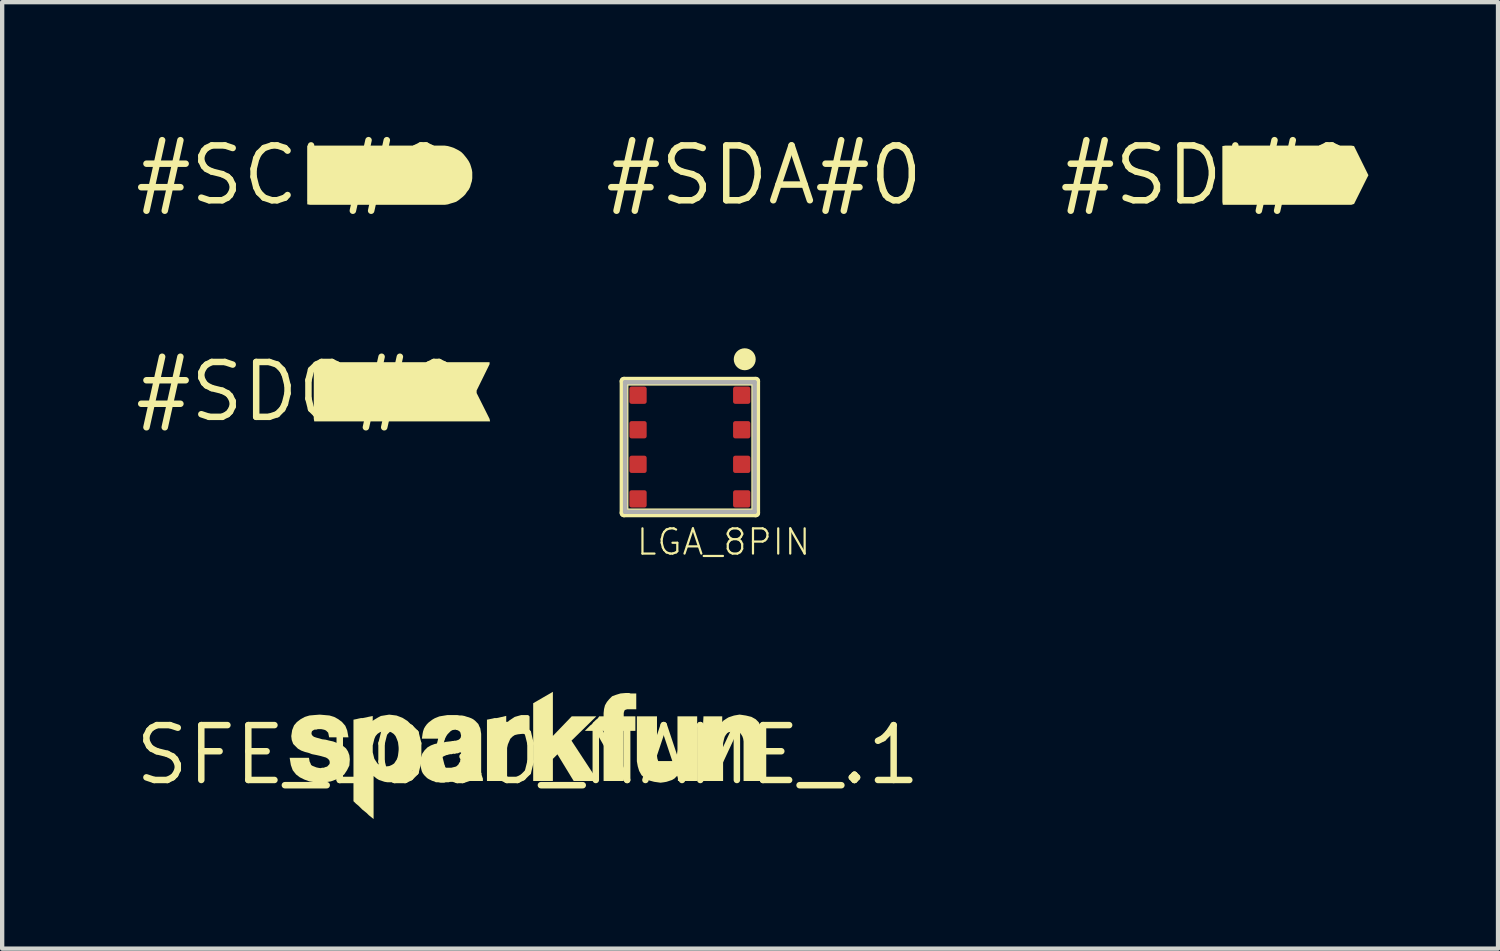
<source format=kicad_pcb>
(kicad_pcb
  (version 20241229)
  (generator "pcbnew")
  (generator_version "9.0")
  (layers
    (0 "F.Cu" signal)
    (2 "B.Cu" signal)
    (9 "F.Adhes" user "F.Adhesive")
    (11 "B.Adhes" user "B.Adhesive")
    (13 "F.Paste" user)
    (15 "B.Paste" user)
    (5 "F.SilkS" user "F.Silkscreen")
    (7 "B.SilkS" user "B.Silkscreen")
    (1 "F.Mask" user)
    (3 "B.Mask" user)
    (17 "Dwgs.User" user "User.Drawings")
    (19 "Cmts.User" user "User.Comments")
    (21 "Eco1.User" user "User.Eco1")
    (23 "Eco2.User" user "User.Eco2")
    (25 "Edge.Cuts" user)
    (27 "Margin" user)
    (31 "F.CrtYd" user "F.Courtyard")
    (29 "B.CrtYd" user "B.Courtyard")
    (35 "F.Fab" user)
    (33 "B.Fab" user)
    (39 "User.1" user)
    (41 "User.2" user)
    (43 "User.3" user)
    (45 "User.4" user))
  (footprint "#SDI#0"
    (layer "F.Cu")
    (at 24.91 1.006)
    (property "Reference" "#SDI#0" (at 0 0 0) (layer "F.SilkS") (effects (font (size 1.27 1.27) (thickness 0.15))))
    (fp_poly (pts (xy 3.32 -0.685) (xy 3.383 -0.675) (xy 3.716 0.000017) (xy 3.684 0.062) (xy 3.384 0.664) (xy 3.321 0.685) (xy 0.346 0.685) (xy 0.335 0.62) (xy 0.335 -0.674) (xy 0.4 -0.685)) (stroke (width 0) (type default)) (fill yes) (layer "F.SilkS"))
    (fp_poly (pts (xy 2.093 -0.224) (xy 2.153 -0.184) (xy 2.194 -0.132) (xy 2.215 -0.071) (xy 2.225 0) (xy 2.215 0.071) (xy 2.194 0.133) (xy 2.143 0.184) (xy 2.093 0.224) (xy 2.072 0.245) (xy 1.866 0.245) (xy 1.855 0.19) (xy 1.855 -0.222) (xy 1.888 -0.255) (xy 2.031 -0.255)) (stroke (width 0) (type default)) (fill yes) (layer "F.SilkS")))
  (footprint "LGA_8PIN"
    (layer "F.Cu")
    (at 12.919 7.298)
    (property "Reference" "LGA_8PIN" (at -1.27 2.54 0) (layer "F.SilkS") (effects (font (size 0.584 0.584) (thickness 0.051)) (justify left bottom)))
    (fp_line (start -1.524 -1.524) (end 1.524 -1.524) (stroke (width 0.203) (type solid)) (layer "F.SilkS"))
    (fp_line (start -1.524 1.524) (end -1.524 -1.524) (stroke (width 0.203) (type solid)) (layer "F.SilkS"))
    (fp_line (start 1.524 -1.524) (end 1.524 1.524) (stroke (width 0.203) (type solid)) (layer "F.SilkS"))
    (fp_line (start 1.524 1.524) (end -1.524 1.524) (stroke (width 0.203) (type solid)) (layer "F.SilkS"))
    (fp_circle (center 1.27 -2.032) (end 1.397 -2.032) (stroke (width 0.254) (type solid)) (fill no) (layer "F.SilkS"))
    (fp_line (start -1.5 -1.5) (end -1.5 1.5) (stroke (width 0.1) (type solid)) (layer "F.Fab"))
    (fp_line (start -1.5 1.5) (end 1.5 1.5) (stroke (width 0.1) (type solid)) (layer "F.Fab"))
    (fp_line (start 1.5 -1.5) (end -1.5 -1.5) (stroke (width 0.1) (type solid)) (layer "F.Fab"))
    (fp_line (start 1.5 1.5) (end 1.5 -1.5) (stroke (width 0.1) (type solid)) (layer "F.Fab"))
    (pad "1" smd roundrect (at 1.2 -1.2) (size 0.4 0.4) (layers "F.Cu" "F.Mask" "F.Paste") (roundrect_rratio 0.127))
    (pad "2" smd roundrect (at 1.2 -0.4) (size 0.4 0.4) (layers "F.Cu" "F.Mask" "F.Paste") (roundrect_rratio 0.127))
    (pad "3" smd roundrect (at 1.2 0.4) (size 0.4 0.4) (layers "F.Cu" "F.Mask" "F.Paste") (roundrect_rratio 0.127))
    (pad "4" smd roundrect (at 1.2 1.2) (size 0.4 0.4) (layers "F.Cu" "F.Mask" "F.Paste") (roundrect_rratio 0.127))
    (pad "5" smd roundrect (at -1.2 1.2) (size 0.4 0.4) (layers "F.Cu" "F.Mask" "F.Paste") (roundrect_rratio 0.127))
    (pad "6" smd roundrect (at -1.2 0.4) (size 0.4 0.4) (layers "F.Cu" "F.Mask" "F.Paste") (roundrect_rratio 0.127))
    (pad "7" smd roundrect (at -1.2 -0.4) (size 0.4 0.4) (layers "F.Cu" "F.Mask" "F.Paste") (roundrect_rratio 0.127))
    (pad "8" smd roundrect (at -1.2 -1.2) (size 0.4 0.4) (layers "F.Cu" "F.Mask" "F.Paste") (roundrect_rratio 0.127)))
  (footprint "#SDA#0"
    (layer "F.Cu")
    (at 14.638 1.006)
    (property "Reference" "#SDA#0" (at 0 0 0) (layer "F.SilkS") (effects (font (size 1.27 1.27) (thickness 0.15))))
    (fp_poly (pts (xy 1.902 0.236) (xy 1.9 0.24) (xy 1.9 0.235) (xy 1.901 0.235)) (stroke (width 0) (type default)) (fill yes) (layer "F.SilkS")))
  (footprint "#SDO#0"
    (layer "F.Cu")
    (at 3.878 6.019)
    (property "Reference" "#SDO#0" (at 0 0 0) (layer "F.SilkS") (effects (font (size 1.27 1.27) (thickness 0.15))))
    (fp_poly (pts (xy 4.405 -0.685) (xy 4.405 -0.639) (xy 4.105 -0.029) (xy 4.105 0.029) (xy 4.405 0.628) (xy 4.416 0.685) (xy 0.346 0.685) (xy 0.335 0.62) (xy 0.335 -0.674) (xy 0.4 -0.685)) (stroke (width 0) (type default)) (fill yes) (layer "F.SilkS"))
    (fp_poly (pts (xy 2.093 -0.224) (xy 2.153 -0.184) (xy 2.194 -0.132) (xy 2.215 -0.071) (xy 2.225 0) (xy 2.215 0.071) (xy 2.194 0.133) (xy 2.144 0.184) (xy 2.093 0.234) (xy 2.071 0.245) (xy 1.855 0.245) (xy 1.855 -0.222) (xy 1.888 -0.255) (xy 2.031 -0.255)) (stroke (width 0) (type default)) (fill yes) (layer "F.SilkS"))
    (fp_poly (pts (xy 3.202 -0.255) (xy 3.263 -0.214) (xy 3.304 -0.163) (xy 3.335 -0.102) (xy 3.355 -0.041) (xy 3.345 0.041) (xy 3.325 0.102) (xy 3.294 0.163) (xy 3.243 0.204) (xy 3.182 0.235) (xy 3.11 0.245) (xy 3.049 0.245) (xy 2.987 0.214) (xy 2.927 0.174) (xy 2.875 0.122) (xy 2.865 0.04) (xy 2.865 -0.03) (xy 2.875 -0.102) (xy 2.906 -0.163) (xy 2.947 -0.214) (xy 3.008 -0.255) (xy 3.069 -0.275) (xy 3.141 -0.275)) (stroke (width 0) (type default)) (fill yes) (layer "F.SilkS")))
  (footprint "SFE_LOGO_NAME_.1"
    (layer "F.Cu")
    (at 9.169 14.425)
    (property "Reference" "SFE_LOGO_NAME_.1" (at 0 0 0) (layer "F.SilkS") (effects (font (size 1.27 1.27) (thickness 0.15))))
    (fp_poly (pts (xy -2.528 -0.172) (xy -2.541 0.009) (xy -2.562 0.155) (xy -2.629 0.316) (xy -3.034 0.126) (xy -3.007 0.018) (xy -2.997 -0.059) (xy -2.983 -0.184)) (stroke (width 0) (type default)) (fill yes) (layer "F.SilkS"))
    (fp_poly (pts (xy 0.579 -0.44) (xy 1.015 -0.893) (xy 1.584 -0.893) (xy 1.01 -0.33) (xy 1.622 0.603) (xy 1.06 0.603) (xy 0.684 -0.014) (xy 0.579 0.091) (xy 0.579 0.603) (xy 0.123 0.603) (xy 0.123 -1.197) (xy 0.579 -1.461)) (stroke (width 0) (type default)) (fill yes) (layer "F.SilkS"))
    (fp_poly (pts (xy -1.636 -0.054) (xy -1.69 -0.027) (xy -1.733 -0.027) (xy -1.763 -0.017) (xy -1.803 -0.017) (xy -1.833 -0.007) (xy -1.85 -0.007) (xy -1.87 0.003) (xy -1.925 0.003) (xy -2.03 -0.273) (xy -1.895 -0.303) (xy -1.803 -0.313) (xy -1.688 -0.327)) (stroke (width 0) (type default)) (fill yes) (layer "F.SilkS"))
    (fp_poly (pts (xy 0.039 -0.891) (xy 0.039 -0.477) (xy -0.018 -0.477) (xy -0.038 -0.487) (xy -0.137 -0.487) (xy -0.232 -0.477) (xy -0.303 -0.46) (xy -0.355 -0.425) (xy -0.407 -0.373) (xy -0.463 -0.243) (xy -0.481 -0.161) (xy -0.481 0.603) (xy -0.947 0.603) (xy -0.947 -0.816) (xy -0.817 -0.842) (xy -0.774 -0.853) (xy -0.723 -0.853) (xy -0.677 -0.862) (xy -0.637 -0.872) (xy -0.587 -0.882) (xy -0.501 -0.904) (xy -0.501 -0.721) (xy -0.489 -0.739) (xy -0.433 -0.795) (xy -0.305 -0.88) (xy -0.154 -0.923) (xy 0.007 -0.923)) (stroke (width 0) (type default)) (fill yes) (layer "F.SilkS"))
    (fp_poly (pts (xy 2.377 -1.423) (xy 2.509 -1.423) (xy 2.509 -1.057) (xy 2.297 -1.057) (xy 2.246 -1.04) (xy 2.242 -1.038) (xy 2.236 -1.02) (xy 2.227 -1.002) (xy 2.219 -0.97) (xy 2.219 -0.893) (xy 2.489 -0.893) (xy 2.489 -0.557) (xy 2.219 -0.557) (xy 2.219 0.603) (xy 1.753 0.603) (xy 1.753 -0.557) (xy 1.319 -0.557) (xy 1.446 -0.684) (xy 1.484 -0.712) (xy 1.512 -0.75) (xy 1.576 -0.814) (xy 1.614 -0.842) (xy 1.652 -0.893) (xy 1.753 -0.893) (xy 1.753 -0.967) (xy 1.763 -1.062) (xy 1.785 -1.149) (xy 1.83 -1.227) (xy 1.883 -1.291) (xy 1.95 -1.358) (xy 2.039 -1.391) (xy 2.144 -1.423) (xy 2.259 -1.433) (xy 2.347 -1.433)) (stroke (width 0) (type default)) (fill yes) (layer "F.SilkS"))
    (fp_poly (pts (xy 5.048 -0.912) (xy 5.175 -0.881) (xy 5.274 -0.826) (xy 5.342 -0.758) (xy 5.395 -0.661) (xy 5.438 -0.554) (xy 5.449 -0.438) (xy 5.459 -0.306) (xy 5.459 0.603) (xy 4.993 0.603) (xy 4.993 -0.312) (xy 4.984 -0.376) (xy 4.966 -0.429) (xy 4.939 -0.474) (xy 4.914 -0.508) (xy 4.886 -0.529) (xy 4.781 -0.546) (xy 4.654 -0.528) (xy 4.616 -0.506) (xy 4.582 -0.463) (xy 4.556 -0.42) (xy 4.538 -0.356) (xy 4.519 -0.271) (xy 4.519 0.603) (xy 4.053 0.603) (xy 4.053 -0.676) (xy 4.065 -0.893) (xy 4.499 -0.893) (xy 4.499 -0.761) (xy 4.525 -0.793) (xy 4.591 -0.837) (xy 4.645 -0.87) (xy 4.772 -0.912) (xy 4.901 -0.934)) (stroke (width 0) (type default)) (fill yes) (layer "F.SilkS"))
    (fp_poly (pts (xy 2.989 0.022) (xy 2.998 0.086) (xy 3.017 0.142) (xy 3.033 0.184) (xy 3.066 0.216) (xy 3.097 0.239) (xy 3.137 0.247) (xy 3.201 0.257) (xy 3.265 0.247) (xy 3.318 0.239) (xy 3.357 0.215) (xy 3.401 0.171) (xy 3.426 0.13) (xy 3.443 0.068) (xy 3.453 -0.019) (xy 3.463 -0.117) (xy 3.463 -0.893) (xy 3.919 -0.893) (xy 3.919 0.603) (xy 3.473 0.603) (xy 3.473 0.472) (xy 3.446 0.493) (xy 3.395 0.545) (xy 3.337 0.58) (xy 3.21 0.622) (xy 3.147 0.633) (xy 3.071 0.643) (xy 2.923 0.622) (xy 2.807 0.591) (xy 2.709 0.536) (xy 2.631 0.469) (xy 2.576 0.37) (xy 2.544 0.264) (xy 2.523 0.148) (xy 2.523 -0.893) (xy 2.989 -0.893)) (stroke (width 0) (type default)) (fill yes) (layer "F.SilkS"))
    (fp_poly (pts (xy -3.04 -0.912) (xy -2.902 -0.859) (xy -2.785 -0.785) (xy -2.689 -0.688) (xy -2.615 -0.562) (xy -2.562 -0.426) (xy -2.531 -0.279) (xy -2.531 -0.096) (xy -2.983 -0.108) (xy -3.006 -0.296) (xy -3.034 -0.371) (xy -3.062 -0.435) (xy -3.105 -0.486) (xy -3.157 -0.521) (xy -3.219 -0.548) (xy -3.289 -0.557) (xy -3.369 -0.548) (xy -3.431 -0.521) (xy -3.483 -0.486) (xy -3.526 -0.435) (xy -3.553 -0.373) (xy -3.591 -0.22) (xy -3.591 -0.06) (xy -3.554 0.089) (xy -3.482 0.198) (xy -3.431 0.231) (xy -3.369 0.258) (xy -3.289 0.267) (xy -3.209 0.258) (xy -3.147 0.231) (xy -3.096 0.198) (xy -3.002 0.057) (xy -2.594 0.249) (xy -2.689 0.399) (xy -2.784 0.494) (xy -2.891 0.569) (xy -3.031 0.623) (xy -3.188 0.633) (xy -3.252 0.633) (xy -3.318 0.622) (xy -3.445 0.58) (xy -3.501 0.546) (xy -3.554 0.503) (xy -3.571 0.487) (xy -3.571 1.484) (xy -3.684 1.393) (xy -3.734 1.343) (xy -3.834 1.263) (xy -3.924 1.173) (xy -3.974 1.133) (xy -4.037 1.071) (xy -4.037 -0.816) (xy -3.957 -0.832) (xy -3.917 -0.842) (xy -3.863 -0.853) (xy -3.823 -0.853) (xy -3.727 -0.872) (xy -3.687 -0.882) (xy -3.591 -0.901) (xy -3.591 -0.784) (xy -3.574 -0.804) (xy -3.467 -0.868) (xy -3.401 -0.902) (xy -3.21 -0.933)) (stroke (width 0) (type default)) (fill yes) (layer "F.SilkS"))
    (fp_poly (pts (xy -4.592 -0.913) (xy -4.484 -0.88) (xy -4.388 -0.827) (xy -4.303 -0.763) (xy -4.226 -0.675) (xy -4.182 -0.566) (xy -4.153 -0.407) (xy -4.6 -0.407) (xy -4.616 -0.487) (xy -4.623 -0.516) (xy -4.672 -0.564) (xy -4.702 -0.579) (xy -4.737 -0.588) (xy -4.783 -0.597) (xy -4.863 -0.597) (xy -4.893 -0.587) (xy -4.933 -0.587) (xy -4.952 -0.58) (xy -4.997 -0.551) (xy -5.002 -0.534) (xy -5.01 -0.504) (xy -5.003 -0.471) (xy -4.982 -0.442) (xy -4.951 -0.419) (xy -4.898 -0.401) (xy -4.761 -0.362) (xy -4.682 -0.353) (xy -4.6 -0.332) (xy -4.508 -0.312) (xy -4.425 -0.28) (xy -4.352 -0.249) (xy -4.277 -0.206) (xy -4.21 -0.151) (xy -4.165 -0.082) (xy -4.132 0.006) (xy -4.121 0.104) (xy -4.132 0.245) (xy -4.186 0.354) (xy -4.251 0.452) (xy -4.339 0.518) (xy -4.444 0.57) (xy -4.559 0.612) (xy -4.686 0.633) (xy -4.932 0.633) (xy -5.059 0.612) (xy -5.174 0.57) (xy -5.279 0.518) (xy -5.366 0.452) (xy -5.443 0.354) (xy -5.486 0.235) (xy -5.514 0.067) (xy -5.067 0.067) (xy -5.052 0.153) (xy -5.034 0.189) (xy -5.018 0.231) (xy -4.99 0.251) (xy -4.898 0.288) (xy -4.852 0.298) (xy -4.801 0.306) (xy -4.764 0.297) (xy -4.726 0.297) (xy -4.681 0.279) (xy -4.648 0.271) (xy -4.6 0.222) (xy -4.587 0.196) (xy -4.587 0.16) (xy -4.594 0.131) (xy -4.609 0.109) (xy -4.633 0.085) (xy -4.674 0.06) (xy -4.808 0.022) (xy -4.897 0.002) (xy -4.999 -0.018) (xy -5.08 -0.049) (xy -5.16 -0.069) (xy -5.245 -0.1) (xy -5.322 -0.144) (xy -5.432 -0.254) (xy -5.466 -0.346) (xy -5.477 -0.436) (xy -5.456 -0.575) (xy -5.412 -0.685) (xy -5.345 -0.763) (xy -5.26 -0.827) (xy -5.164 -0.88) (xy -5.056 -0.913) (xy -4.942 -0.923) (xy -4.819 -0.933)) (stroke (width 0) (type default)) (fill yes) (layer "F.SilkS"))
    (fp_poly (pts (xy -1.576 -0.913) (xy -1.525 -0.913) (xy -1.469 -0.902) (xy -1.408 -0.882) (xy -1.367 -0.871) (xy -1.313 -0.85) (xy -1.269 -0.828) (xy -1.224 -0.794) (xy -1.147 -0.716) (xy -1.124 -0.661) (xy -1.102 -0.617) (xy -1.081 -0.488) (xy -1.081 0.406) (xy -1.071 0.426) (xy -1.071 0.466) (xy -1.061 0.486) (xy -1.061 0.496) (xy -1.051 0.516) (xy -1.051 0.526) (xy -1.041 0.546) (xy -1.041 0.603) (xy -1.507 0.603) (xy -1.507 0.561) (xy -1.517 0.551) (xy -1.517 0.541) (xy -1.527 0.531) (xy -1.527 0.513) (xy -1.552 0.53) (xy -1.582 0.54) (xy -1.61 0.558) (xy -1.63 0.568) (xy -1.662 0.59) (xy -1.698 0.602) (xy -1.738 0.612) (xy -1.773 0.623) (xy -1.803 0.623) (xy -1.833 0.633) (xy -1.903 0.633) (xy -1.933 0.643) (xy -2.023 0.643) (xy -2.073 0.633) (xy -2.128 0.633) (xy -2.172 0.611) (xy -2.212 0.601) (xy -2.298 0.558) (xy -2.333 0.535) (xy -2.398 0.47) (xy -2.432 0.425) (xy -2.455 0.378) (xy -2.476 0.293) (xy -2.487 0.239) (xy -2.487 0.183) (xy -2.477 0.067) (xy -2.443 -0.032) (xy -2.388 -0.11) (xy -2.322 -0.176) (xy -2.245 -0.22) (xy -2.16 -0.252) (xy -2.066 -0.273) (xy -1.954 -0.287) (xy -1.851 -0.016) (xy -1.976 0.046) (xy -2.008 0.078) (xy -2.021 0.104) (xy -2.021 0.141) (xy -2.028 0.162) (xy -2.021 0.176) (xy -2.021 0.199) (xy -2.011 0.229) (xy -2.011 0.236) (xy -2.008 0.242) (xy -1.986 0.264) (xy -1.966 0.274) (xy -1.956 0.284) (xy -1.95 0.287) (xy -1.93 0.287) (xy -1.91 0.297) (xy -1.774 0.297) (xy -1.665 0.27) (xy -1.643 0.255) (xy -1.602 0.214) (xy -1.592 0.184) (xy -1.572 0.164) (xy -1.567 0.149) (xy -1.567 0.116) (xy -1.557 0.096) (xy -1.557 0.066) (xy -1.547 0.046) (xy -1.547 -0.063) (xy -1.553 -0.057) (xy -1.58 -0.057) (xy -1.62 -0.037) (xy -1.711 -0.037) (xy -1.764 -0.317) (xy -1.658 -0.332) (xy -1.607 -0.349) (xy -1.576 -0.372) (xy -1.555 -0.401) (xy -1.547 -0.439) (xy -1.547 -0.459) (xy -1.557 -0.489) (xy -1.557 -0.506) (xy -1.57 -0.532) (xy -1.592 -0.554) (xy -1.638 -0.577) (xy -1.658 -0.577) (xy -1.678 -0.587) (xy -1.748 -0.587) (xy -1.762 -0.594) (xy -1.783 -0.587) (xy -1.833 -0.587) (xy -1.863 -0.577) (xy -1.88 -0.577) (xy -1.906 -0.564) (xy -1.958 -0.512) (xy -1.971 -0.486) (xy -1.971 -0.456) (xy -1.981 -0.436) (xy -1.981 -0.377) (xy -2.453 -0.377) (xy -2.437 -0.491) (xy -2.426 -0.545) (xy -2.404 -0.611) (xy -2.371 -0.666) (xy -2.338 -0.71) (xy -2.294 -0.754) (xy -2.21 -0.817) (xy -2.156 -0.849) (xy -2.049 -0.892) (xy -1.862 -0.923) (xy -1.636 -0.923)) (stroke (width 0) (type default)) (fill yes) (layer "F.SilkS")))
  (footprint "#SCL#0"
    (layer "F.Cu")
    (at 3.727 1.006)
    (property "Reference" "#SCL#0" (at 0 0 0) (layer "F.SilkS") (effects (font (size 1.27 1.27) (thickness 0.15))))
    (fp_poly (pts (xy 3.52 -0.685) (xy 3.591 -0.675) (xy 3.661 -0.655) (xy 3.722 -0.635) (xy 3.843 -0.574) (xy 3.903 -0.534) (xy 3.954 -0.483) (xy 3.994 -0.433) (xy 4.034 -0.383) (xy 4.074 -0.323) (xy 4.105 -0.262) (xy 4.125 -0.201) (xy 4.145 -0.131) (xy 4.155 -0.07) (xy 4.155 0.07) (xy 4.145 0.141) (xy 4.125 0.201) (xy 4.105 0.272) (xy 4.074 0.333) (xy 4.034 0.383) (xy 3.994 0.443) (xy 3.943 0.494) (xy 3.893 0.534) (xy 3.843 0.574) (xy 3.782 0.615) (xy 3.721 0.635) (xy 3.651 0.655) (xy 3.591 0.675) (xy 3.52 0.685) (xy 0.4 0.685) (xy 0.335 0.674) (xy 0.335 -0.685)) (stroke (width 0) (type default)) (fill yes) (layer "F.SilkS")))
  (gr_rect
    (start -3 -3)
    (end 31.626 18.909)
    (stroke (width 0.1) (type default))
    (fill no)
    (layer "Edge.Cuts")))
</source>
